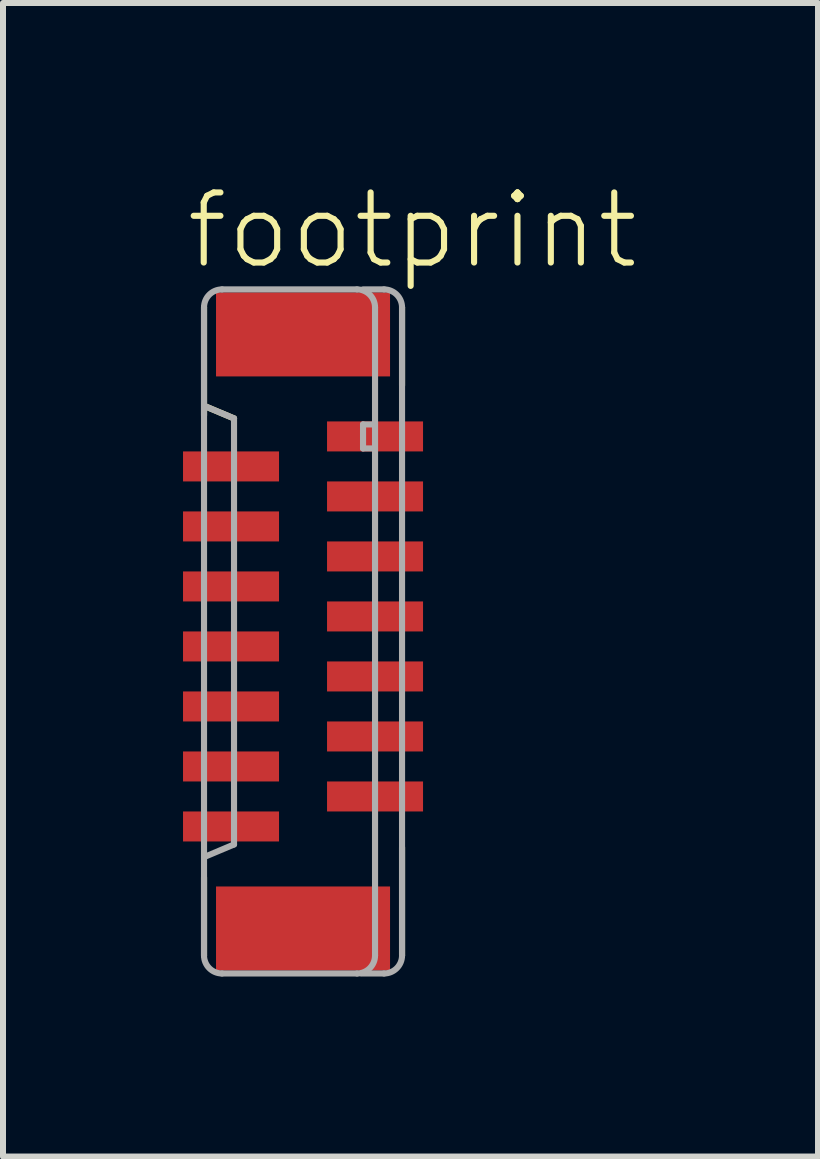
<source format=kicad_pcb>
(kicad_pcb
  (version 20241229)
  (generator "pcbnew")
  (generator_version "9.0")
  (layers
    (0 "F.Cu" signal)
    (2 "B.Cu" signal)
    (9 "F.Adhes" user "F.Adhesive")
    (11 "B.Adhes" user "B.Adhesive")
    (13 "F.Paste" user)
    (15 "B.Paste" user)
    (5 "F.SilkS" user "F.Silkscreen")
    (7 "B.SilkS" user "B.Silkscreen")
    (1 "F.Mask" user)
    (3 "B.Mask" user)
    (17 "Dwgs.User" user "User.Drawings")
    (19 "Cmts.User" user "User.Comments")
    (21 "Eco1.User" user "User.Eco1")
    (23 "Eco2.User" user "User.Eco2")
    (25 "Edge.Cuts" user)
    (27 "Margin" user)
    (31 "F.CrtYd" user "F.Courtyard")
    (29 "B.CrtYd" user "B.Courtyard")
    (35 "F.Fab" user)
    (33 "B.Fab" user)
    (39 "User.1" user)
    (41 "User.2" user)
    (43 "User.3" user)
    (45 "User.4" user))
  (footprint "footprint"
    (layer "F.Cu")
    (at 2 7.473)
    (property "Reference" "footprint" (at -2 -6 0) (layer "F.SilkS") (effects (font (size 1.168 1.168) (thickness 0.102)) (justify left bottom)))
    (fp_line (start -1.65 -5.4) (end -1.65 -3.6) (stroke (width 0.102) (type solid)) (layer "F.SilkS"))
    (fp_line (start -1.65 4.1) (end -1.65 5.4) (stroke (width 0.102) (type solid)) (layer "F.SilkS"))
    (fp_line (start -1.625 -3.75) (end -1.15 -3.55) (stroke (width 0.102) (type solid)) (layer "F.SilkS"))
    (fp_line (start 1.65 -4.1) (end 1.65 -5.4) (stroke (width 0.102) (type solid)) (layer "F.SilkS"))
    (fp_line (start 1.65 5.4) (end 1.65 3.6) (stroke (width 0.102) (type solid)) (layer "F.SilkS"))
    (fp_line (start -1.65 -5.4) (end -1.65 5.4) (stroke (width 0.102) (type solid)) (layer "F.Fab"))
    (fp_line (start -1.625 -3.75) (end -1.15 -3.55) (stroke (width 0.102) (type solid)) (layer "F.Fab"))
    (fp_line (start -1.35 5.7) (end 0.9 5.7) (stroke (width 0.102) (type solid)) (layer "F.Fab"))
    (fp_line (start -1.15 -3.55) (end -1.15 3.55) (stroke (width 0.102) (type solid)) (layer "F.Fab"))
    (fp_line (start -1.15 3.55) (end -1.625 3.75) (stroke (width 0.102) (type solid)) (layer "F.Fab"))
    (fp_line (start 0.9 -5.7) (end -1.35 -5.7) (stroke (width 0.102) (type solid)) (layer "F.Fab"))
    (fp_line (start 0.975 5.7) (end 1.35 5.7) (stroke (width 0.102) (type solid)) (layer "F.Fab"))
    (fp_line (start 1 -5.7) (end 1.35 -5.7) (stroke (width 0.102) (type solid)) (layer "F.Fab"))
    (fp_line (start 1 -3.45) (end 1 -3.05) (stroke (width 0.102) (type solid)) (layer "F.Fab"))
    (fp_line (start 1 -3.05) (end 1.15 -3.05) (stroke (width 0.102) (type solid)) (layer "F.Fab"))
    (fp_line (start 1.15 -3.45) (end 1 -3.45) (stroke (width 0.102) (type solid)) (layer "F.Fab"))
    (fp_line (start 1.2 5.4) (end 1.2 -5.4) (stroke (width 0.102) (type solid)) (layer "F.Fab"))
    (fp_line (start 1.65 5.4) (end 1.65 -5.4) (stroke (width 0.102) (type solid)) (layer "F.Fab"))
    (fp_arc (start -1.65 -5.4) (mid -1.562132 -5.612132) (end -1.35 -5.7) (stroke (width 0.1016) (type solid)) (layer "F.Fab"))
    (fp_arc (start -1.35 5.7) (mid -1.562132 5.612132) (end -1.65 5.4) (stroke (width 0.1016) (type solid)) (layer "F.Fab"))
    (fp_arc (start 0.9 -5.7) (mid 1.112132 -5.612132) (end 1.2 -5.4) (stroke (width 0.1016) (type solid)) (layer "F.Fab"))
    (fp_arc (start 1.2 5.4) (mid 1.112132 5.612132) (end 0.9 5.7) (stroke (width 0.1016) (type solid)) (layer "F.Fab"))
    (fp_arc (start 1.35 -5.7) (mid 1.562132 -5.612132) (end 1.65 -5.4) (stroke (width 0.1016) (type solid)) (layer "F.Fab"))
    (fp_arc (start 1.65 5.4) (mid 1.562132 5.612132) (end 1.35 5.7) (stroke (width 0.1016) (type solid)) (layer "F.Fab"))
    (pad "1" smd rect (at 1.2 -3.25 270) (size 0.5 1.6) (layers "F.Cu" "F.Mask" "F.Paste"))
    (pad "2" smd rect (at -1.2 -2.75 90) (size 0.5 1.6) (layers "F.Cu" "F.Mask" "F.Paste"))
    (pad "3" smd rect (at 1.2 -2.25 270) (size 0.5 1.6) (layers "F.Cu" "F.Mask" "F.Paste"))
    (pad "4" smd rect (at -1.2 -1.75 90) (size 0.5 1.6) (layers "F.Cu" "F.Mask" "F.Paste"))
    (pad "5" smd rect (at 1.2 -1.25 270) (size 0.5 1.6) (layers "F.Cu" "F.Mask" "F.Paste"))
    (pad "6" smd rect (at -1.2 -0.75 90) (size 0.5 1.6) (layers "F.Cu" "F.Mask" "F.Paste"))
    (pad "7" smd rect (at 1.2 -0.25 270) (size 0.5 1.6) (layers "F.Cu" "F.Mask" "F.Paste"))
    (pad "8" smd rect (at -1.2 0.25 90) (size 0.5 1.6) (layers "F.Cu" "F.Mask" "F.Paste"))
    (pad "9" smd rect (at 1.2 0.75 270) (size 0.5 1.6) (layers "F.Cu" "F.Mask" "F.Paste"))
    (pad "10" smd rect (at -1.2 1.25 90) (size 0.5 1.6) (layers "F.Cu" "F.Mask" "F.Paste"))
    (pad "11" smd rect (at 1.2 1.75 270) (size 0.5 1.6) (layers "F.Cu" "F.Mask" "F.Paste"))
    (pad "12" smd rect (at -1.2 2.25 90) (size 0.5 1.6) (layers "F.Cu" "F.Mask" "F.Paste"))
    (pad "13" smd rect (at 1.2 2.75 270) (size 0.5 1.6) (layers "F.Cu" "F.Mask" "F.Paste"))
    (pad "14" smd rect (at -1.2 3.25 90) (size 0.5 1.6) (layers "F.Cu" "F.Mask" "F.Paste"))
    (pad "M1" smd rect (at 0 -4.95 270) (size 1.4 2.9) (layers "F.Cu" "F.Mask" "F.Paste"))
    (pad "M2" smd rect (at 0 4.95 270) (size 1.4 2.9) (layers "F.Cu" "F.Mask" "F.Paste")))
  (gr_rect
    (start -3 -3)
    (end 10.582 16.224)
    (stroke (width 0.1) (type default))
    (fill no)
    (layer "Edge.Cuts")))
</source>
